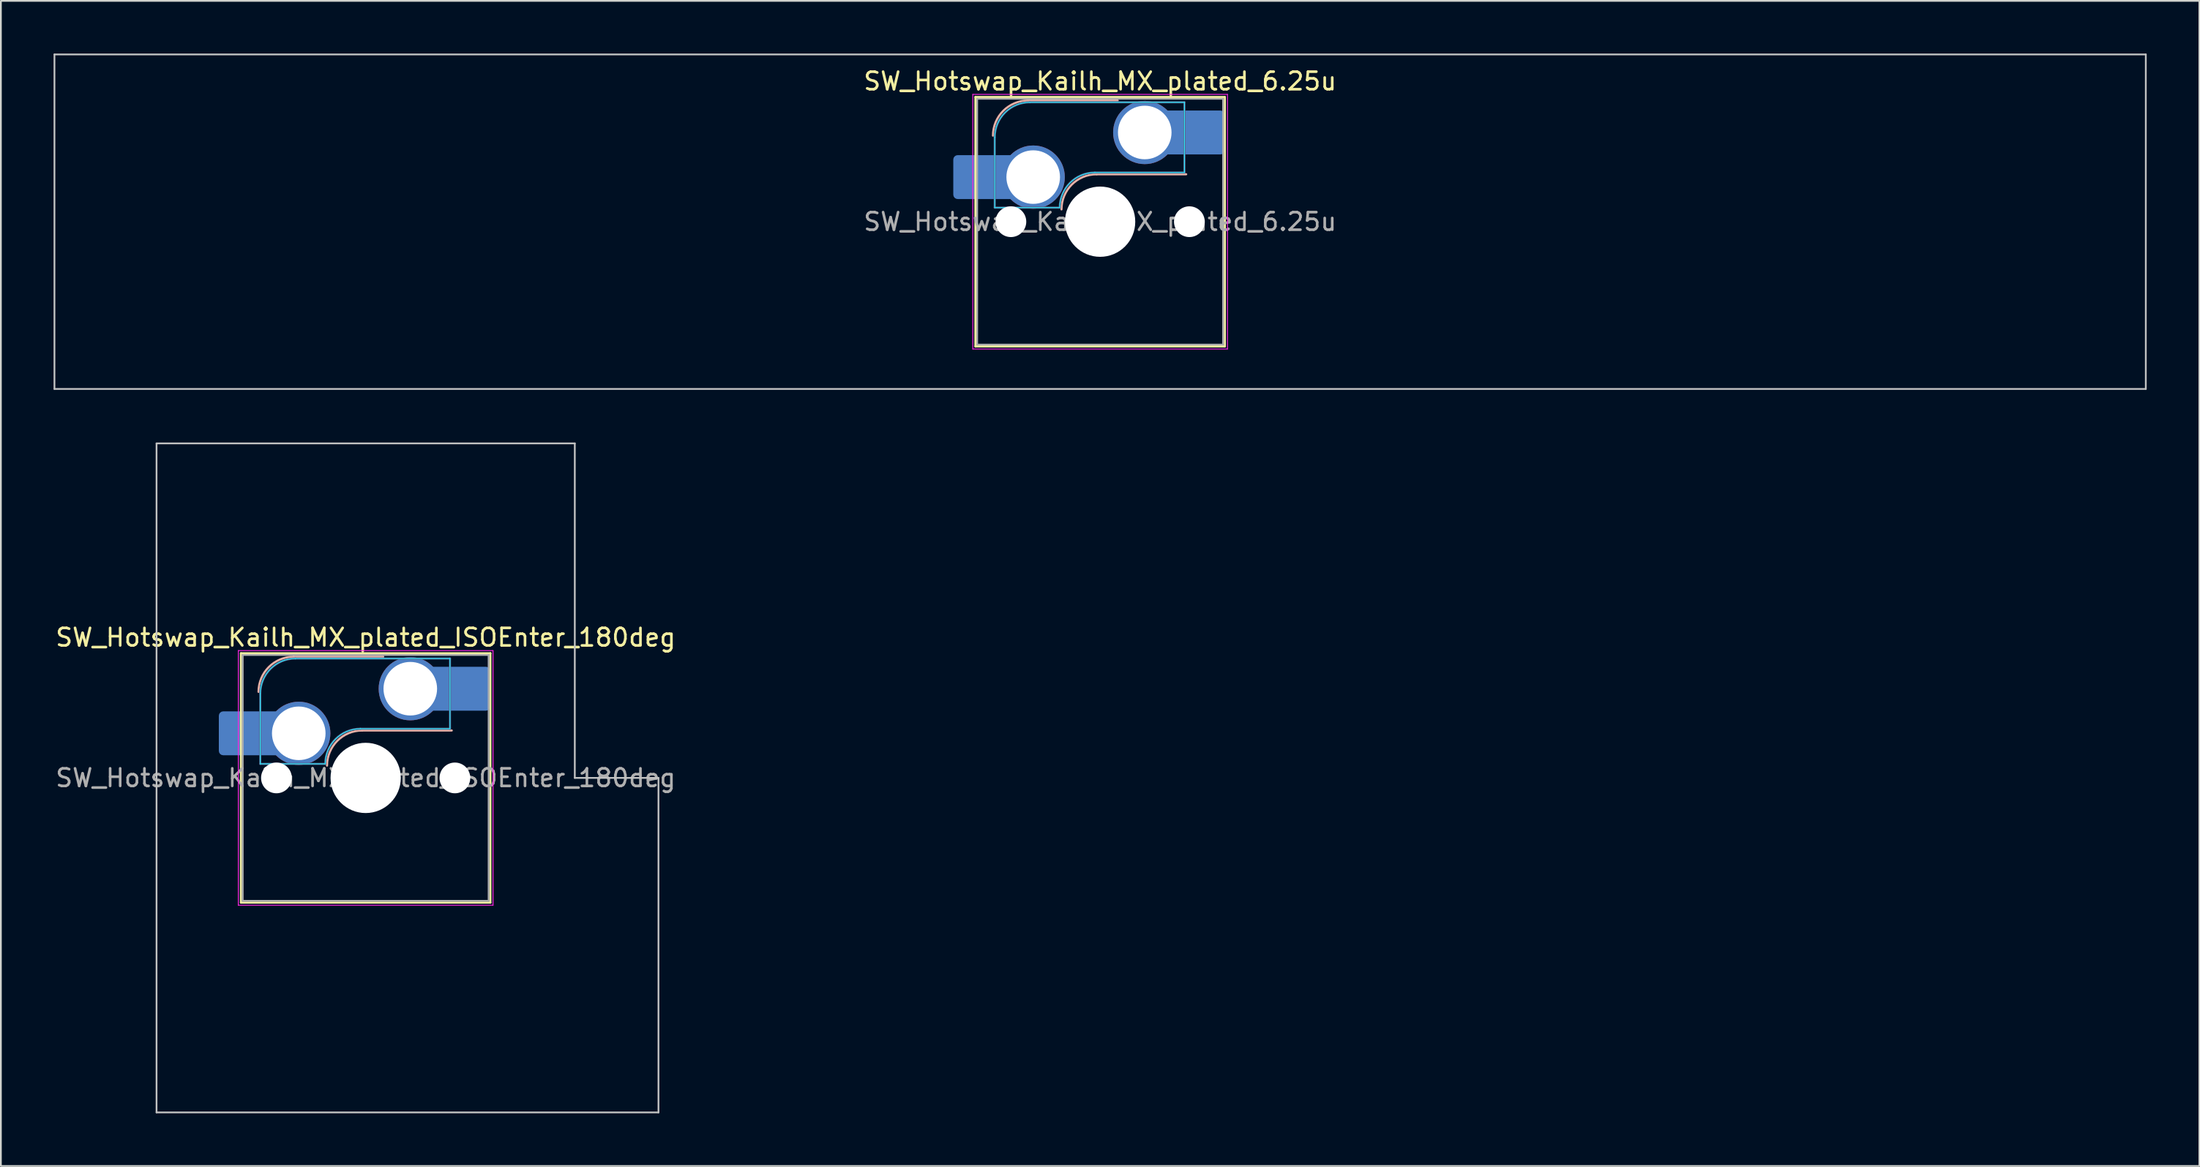
<source format=kicad_pcb>
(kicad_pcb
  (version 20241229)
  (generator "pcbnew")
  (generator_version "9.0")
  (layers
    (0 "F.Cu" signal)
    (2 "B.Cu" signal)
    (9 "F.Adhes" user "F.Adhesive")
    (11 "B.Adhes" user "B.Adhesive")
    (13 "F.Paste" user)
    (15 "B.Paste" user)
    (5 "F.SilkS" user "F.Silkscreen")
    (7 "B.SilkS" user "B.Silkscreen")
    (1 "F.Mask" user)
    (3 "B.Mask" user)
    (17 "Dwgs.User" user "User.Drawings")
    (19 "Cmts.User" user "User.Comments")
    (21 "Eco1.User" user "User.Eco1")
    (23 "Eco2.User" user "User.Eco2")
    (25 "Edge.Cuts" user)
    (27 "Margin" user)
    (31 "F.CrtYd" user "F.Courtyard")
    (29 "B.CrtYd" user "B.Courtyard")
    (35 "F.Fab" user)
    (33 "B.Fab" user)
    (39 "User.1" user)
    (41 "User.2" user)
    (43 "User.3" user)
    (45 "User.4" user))
  (footprint "SW_Hotswap_Kailh_MX_plated_ISOEnter_180deg"
    (layer "F.Cu")
    (at 17.768 41.25)
    (property "Reference" "SW_Hotswap_Kailh_MX_plated_ISOEnter_180deg" (at 0 -8 0) (layer "F.SilkS") (effects (font (size 1 1) (thickness 0.15))))
    (attr smd)
    (fp_line (start -7.1 -7.1) (end -7.1 7.1) (stroke (width 0.12) (type solid)) (layer "F.SilkS"))
    (fp_line (start -7.1 7.1) (end 7.1 7.1) (stroke (width 0.12) (type solid)) (layer "F.SilkS"))
    (fp_line (start 7.1 -7.1) (end -7.1 -7.1) (stroke (width 0.12) (type solid)) (layer "F.SilkS"))
    (fp_line (start 7.1 7.1) (end 7.1 -7.1) (stroke (width 0.12) (type solid)) (layer "F.SilkS"))
    (fp_line (start -4.1 -6.9) (end 1 -6.9) (stroke (width 0.12) (type solid)) (layer "B.SilkS"))
    (fp_line (start -0.2 -2.7) (end 4.9 -2.7) (stroke (width 0.12) (type solid)) (layer "B.SilkS"))
    (fp_arc (start -6.1 -4.9) (mid -5.514214 -6.314214) (end -4.1 -6.9) (stroke (width 0.12) (type solid)) (layer "B.SilkS"))
    (fp_arc (start -2.2 -0.7) (mid -1.614214 -2.114214) (end -0.2 -2.7) (stroke (width 0.12) (type solid)) (layer "B.SilkS"))
    (fp_line (start -11.906 -19.05) (end -11.906 19.05) (stroke (width 0.1) (type solid)) (layer "Dwgs.User"))
    (fp_line (start -11.906 19.05) (end 16.669 19.05) (stroke (width 0.1) (type solid)) (layer "Dwgs.User"))
    (fp_line (start 11.906 -19.05) (end -11.906 -19.05) (stroke (width 0.1) (type solid)) (layer "Dwgs.User"))
    (fp_line (start 11.906 0) (end 11.906 -19.05) (stroke (width 0.1) (type solid)) (layer "Dwgs.User"))
    (fp_line (start 16.669 0) (end 11.906 0) (stroke (width 0.1) (type solid)) (layer "Dwgs.User"))
    (fp_line (start 16.669 19.05) (end 16.669 0) (stroke (width 0.1) (type solid)) (layer "Dwgs.User"))
    (fp_line (start -7.8 -6) (end -7 -6) (stroke (width 0.1) (type solid)) (layer "Eco1.User"))
    (fp_line (start -7.8 -2.9) (end -7.8 -6) (stroke (width 0.1) (type solid)) (layer "Eco1.User"))
    (fp_line (start -7.8 2.9) (end -7 2.9) (stroke (width 0.1) (type solid)) (layer "Eco1.User"))
    (fp_line (start -7.8 6) (end -7.8 2.9) (stroke (width 0.1) (type solid)) (layer "Eco1.User"))
    (fp_line (start -7 -7) (end 7 -7) (stroke (width 0.1) (type solid)) (layer "Eco1.User"))
    (fp_line (start -7 -6) (end -7 -7) (stroke (width 0.1) (type solid)) (layer "Eco1.User"))
    (fp_line (start -7 -2.9) (end -7.8 -2.9) (stroke (width 0.1) (type solid)) (layer "Eco1.User"))
    (fp_line (start -7 2.9) (end -7 -2.9) (stroke (width 0.1) (type solid)) (layer "Eco1.User"))
    (fp_line (start -7 6) (end -7.8 6) (stroke (width 0.1) (type solid)) (layer "Eco1.User"))
    (fp_line (start -7 7) (end -7 6) (stroke (width 0.1) (type solid)) (layer "Eco1.User"))
    (fp_line (start 7 -7) (end 7 -6) (stroke (width 0.1) (type solid)) (layer "Eco1.User"))
    (fp_line (start 7 -6) (end 7.8 -6) (stroke (width 0.1) (type solid)) (layer "Eco1.User"))
    (fp_line (start 7 -2.9) (end 7 2.9) (stroke (width 0.1) (type solid)) (layer "Eco1.User"))
    (fp_line (start 7 2.9) (end 7.8 2.9) (stroke (width 0.1) (type solid)) (layer "Eco1.User"))
    (fp_line (start 7 6) (end 7 7) (stroke (width 0.1) (type solid)) (layer "Eco1.User"))
    (fp_line (start 7 7) (end -7 7) (stroke (width 0.1) (type solid)) (layer "Eco1.User"))
    (fp_line (start 7.8 -6) (end 7.8 -2.9) (stroke (width 0.1) (type solid)) (layer "Eco1.User"))
    (fp_line (start 7.8 -2.9) (end 7 -2.9) (stroke (width 0.1) (type solid)) (layer "Eco1.User"))
    (fp_line (start 7.8 2.9) (end 7.8 6) (stroke (width 0.1) (type solid)) (layer "Eco1.User"))
    (fp_line (start 7.8 6) (end 7 6) (stroke (width 0.1) (type solid)) (layer "Eco1.User"))
    (fp_line (start -6 -0.8) (end -6 -4.8) (stroke (width 0.05) (type solid)) (layer "B.CrtYd"))
    (fp_line (start -6 -0.8) (end -2.3 -0.8) (stroke (width 0.05) (type solid)) (layer "B.CrtYd"))
    (fp_line (start -4 -6.8) (end 4.8 -6.8) (stroke (width 0.05) (type solid)) (layer "B.CrtYd"))
    (fp_line (start -0.3 -2.8) (end 4.8 -2.8) (stroke (width 0.05) (type solid)) (layer "B.CrtYd"))
    (fp_line (start 4.8 -6.8) (end 4.8 -2.8) (stroke (width 0.05) (type solid)) (layer "B.CrtYd"))
    (fp_arc (start -6 -4.8) (mid -5.414214 -6.214214) (end -4 -6.8) (stroke (width 0.05) (type solid)) (layer "B.CrtYd"))
    (fp_arc (start -2.3 -0.8) (mid -1.714214 -2.214214) (end -0.3 -2.8) (stroke (width 0.05) (type solid)) (layer "B.CrtYd"))
    (fp_line (start -7.25 -7.25) (end -7.25 7.25) (stroke (width 0.05) (type solid)) (layer "F.CrtYd"))
    (fp_line (start -7.25 7.25) (end 7.25 7.25) (stroke (width 0.05) (type solid)) (layer "F.CrtYd"))
    (fp_line (start 7.25 -7.25) (end -7.25 -7.25) (stroke (width 0.05) (type solid)) (layer "F.CrtYd"))
    (fp_line (start 7.25 7.25) (end 7.25 -7.25) (stroke (width 0.05) (type solid)) (layer "F.CrtYd"))
    (fp_line (start -6 -0.8) (end -6 -4.8) (stroke (width 0.12) (type solid)) (layer "B.Fab"))
    (fp_line (start -6 -0.8) (end -2.3 -0.8) (stroke (width 0.12) (type solid)) (layer "B.Fab"))
    (fp_line (start -4 -6.8) (end 4.8 -6.8) (stroke (width 0.12) (type solid)) (layer "B.Fab"))
    (fp_line (start -0.3 -2.8) (end 4.8 -2.8) (stroke (width 0.12) (type solid)) (layer "B.Fab"))
    (fp_line (start 4.8 -6.8) (end 4.8 -2.8) (stroke (width 0.12) (type solid)) (layer "B.Fab"))
    (fp_arc (start -6 -4.8) (mid -5.414214 -6.214214) (end -4 -6.8) (stroke (width 0.12) (type solid)) (layer "B.Fab"))
    (fp_arc (start -2.3 -0.8) (mid -1.714214 -2.214214) (end -0.3 -2.8) (stroke (width 0.12) (type solid)) (layer "B.Fab"))
    (fp_line (start -7 -7) (end -7 7) (stroke (width 0.1) (type solid)) (layer "F.Fab"))
    (fp_line (start -7 7) (end 7 7) (stroke (width 0.1) (type solid)) (layer "F.Fab"))
    (fp_line (start 7 -7) (end -7 -7) (stroke (width 0.1) (type solid)) (layer "F.Fab"))
    (fp_line (start 7 7) (end 7 -7) (stroke (width 0.1) (type solid)) (layer "F.Fab"))
    (fp_text user "${REFERENCE}" (at 0 0 0) (layer "F.Fab") (effects (font (size 1 1) (thickness 0.15))))
    (pad "" smd roundrect (at -7.085 -2.54) (size 2.55 2.5) (layers "B.Mask" "B.Paste") (roundrect_rratio 0.1))
    (pad "" np_thru_hole circle (at -5.08 0) (size 1.75 1.75) (drill 1.75) (layers "*.Cu" "*.Mask"))
    (pad "" smd circle (at -3.81 -2.54) (size 3.1 3.1) (layers "F.Mask"))
    (pad "" np_thru_hole circle (at 0 0) (size 4 4) (drill 4) (layers "*.Cu" "*.Mask"))
    (pad "" smd circle (at 2.54 -5.08) (size 3.1 3.1) (layers "F.Mask"))
    (pad "" np_thru_hole circle (at 5.08 0) (size 1.75 1.75) (drill 1.75) (layers "*.Cu" "*.Mask"))
    (pad "" smd roundrect (at 5.842 -5.08) (size 2.55 2.5) (layers "B.Mask" "B.Paste") (roundrect_rratio 0.1))
    (pad "1" smd roundrect (at -6.585 -2.54) (size 3.55 2.5) (layers "B.Cu") (roundrect_rratio 0.1))
    (pad "1" thru_hole circle (at -3.81 -2.54) (size 3.6 3.6) (drill 3.05) (layers "*.Cu" "B.Mask"))
    (pad "2" thru_hole circle (at 2.54 -5.08) (size 3.6 3.6) (drill 3.05) (layers "*.Cu" "B.Mask"))
    (pad "2" smd roundrect (at 5.32 -5.08) (size 3.55 2.5) (layers "B.Cu") (roundrect_rratio 0.1)))
  (footprint "SW_Hotswap_Kailh_MX_plated_6.25u"
    (layer "F.Cu")
    (at 59.581 9.575)
    (property "Reference" "SW_Hotswap_Kailh_MX_plated_6.25u" (at 0 -8 0) (layer "F.SilkS") (effects (font (size 1 1) (thickness 0.15))))
    (attr smd)
    (fp_line (start -7.1 -7.1) (end -7.1 7.1) (stroke (width 0.12) (type solid)) (layer "F.SilkS"))
    (fp_line (start -7.1 7.1) (end 7.1 7.1) (stroke (width 0.12) (type solid)) (layer "F.SilkS"))
    (fp_line (start 7.1 -7.1) (end -7.1 -7.1) (stroke (width 0.12) (type solid)) (layer "F.SilkS"))
    (fp_line (start 7.1 7.1) (end 7.1 -7.1) (stroke (width 0.12) (type solid)) (layer "F.SilkS"))
    (fp_line (start -4.1 -6.9) (end 1 -6.9) (stroke (width 0.12) (type solid)) (layer "B.SilkS"))
    (fp_line (start -0.2 -2.7) (end 4.9 -2.7) (stroke (width 0.12) (type solid)) (layer "B.SilkS"))
    (fp_arc (start -6.1 -4.9) (mid -5.514214 -6.314214) (end -4.1 -6.9) (stroke (width 0.12) (type solid)) (layer "B.SilkS"))
    (fp_arc (start -2.2 -0.7) (mid -1.614214 -2.114214) (end -0.2 -2.7) (stroke (width 0.12) (type solid)) (layer "B.SilkS"))
    (fp_line (start -59.531 -9.525) (end -59.531 9.525) (stroke (width 0.1) (type solid)) (layer "Dwgs.User"))
    (fp_line (start -59.531 9.525) (end 59.531 9.525) (stroke (width 0.1) (type solid)) (layer "Dwgs.User"))
    (fp_line (start 59.531 -9.525) (end -59.531 -9.525) (stroke (width 0.1) (type solid)) (layer "Dwgs.User"))
    (fp_line (start 59.531 9.525) (end 59.531 -9.525) (stroke (width 0.1) (type solid)) (layer "Dwgs.User"))
    (fp_line (start -7.8 -6) (end -7 -6) (stroke (width 0.1) (type solid)) (layer "Eco1.User"))
    (fp_line (start -7.8 -2.9) (end -7.8 -6) (stroke (width 0.1) (type solid)) (layer "Eco1.User"))
    (fp_line (start -7.8 2.9) (end -7 2.9) (stroke (width 0.1) (type solid)) (layer "Eco1.User"))
    (fp_line (start -7.8 6) (end -7.8 2.9) (stroke (width 0.1) (type solid)) (layer "Eco1.User"))
    (fp_line (start -7 -7) (end 7 -7) (stroke (width 0.1) (type solid)) (layer "Eco1.User"))
    (fp_line (start -7 -6) (end -7 -7) (stroke (width 0.1) (type solid)) (layer "Eco1.User"))
    (fp_line (start -7 -2.9) (end -7.8 -2.9) (stroke (width 0.1) (type solid)) (layer "Eco1.User"))
    (fp_line (start -7 2.9) (end -7 -2.9) (stroke (width 0.1) (type solid)) (layer "Eco1.User"))
    (fp_line (start -7 6) (end -7.8 6) (stroke (width 0.1) (type solid)) (layer "Eco1.User"))
    (fp_line (start -7 7) (end -7 6) (stroke (width 0.1) (type solid)) (layer "Eco1.User"))
    (fp_line (start 7 -7) (end 7 -6) (stroke (width 0.1) (type solid)) (layer "Eco1.User"))
    (fp_line (start 7 -6) (end 7.8 -6) (stroke (width 0.1) (type solid)) (layer "Eco1.User"))
    (fp_line (start 7 -2.9) (end 7 2.9) (stroke (width 0.1) (type solid)) (layer "Eco1.User"))
    (fp_line (start 7 2.9) (end 7.8 2.9) (stroke (width 0.1) (type solid)) (layer "Eco1.User"))
    (fp_line (start 7 6) (end 7 7) (stroke (width 0.1) (type solid)) (layer "Eco1.User"))
    (fp_line (start 7 7) (end -7 7) (stroke (width 0.1) (type solid)) (layer "Eco1.User"))
    (fp_line (start 7.8 -6) (end 7.8 -2.9) (stroke (width 0.1) (type solid)) (layer "Eco1.User"))
    (fp_line (start 7.8 -2.9) (end 7 -2.9) (stroke (width 0.1) (type solid)) (layer "Eco1.User"))
    (fp_line (start 7.8 2.9) (end 7.8 6) (stroke (width 0.1) (type solid)) (layer "Eco1.User"))
    (fp_line (start 7.8 6) (end 7 6) (stroke (width 0.1) (type solid)) (layer "Eco1.User"))
    (fp_line (start -6 -0.8) (end -6 -4.8) (stroke (width 0.05) (type solid)) (layer "B.CrtYd"))
    (fp_line (start -6 -0.8) (end -2.3 -0.8) (stroke (width 0.05) (type solid)) (layer "B.CrtYd"))
    (fp_line (start -4 -6.8) (end 4.8 -6.8) (stroke (width 0.05) (type solid)) (layer "B.CrtYd"))
    (fp_line (start -0.3 -2.8) (end 4.8 -2.8) (stroke (width 0.05) (type solid)) (layer "B.CrtYd"))
    (fp_line (start 4.8 -6.8) (end 4.8 -2.8) (stroke (width 0.05) (type solid)) (layer "B.CrtYd"))
    (fp_arc (start -6 -4.8) (mid -5.414214 -6.214214) (end -4 -6.8) (stroke (width 0.05) (type solid)) (layer "B.CrtYd"))
    (fp_arc (start -2.3 -0.8) (mid -1.714214 -2.214214) (end -0.3 -2.8) (stroke (width 0.05) (type solid)) (layer "B.CrtYd"))
    (fp_line (start -7.25 -7.25) (end -7.25 7.25) (stroke (width 0.05) (type solid)) (layer "F.CrtYd"))
    (fp_line (start -7.25 7.25) (end 7.25 7.25) (stroke (width 0.05) (type solid)) (layer "F.CrtYd"))
    (fp_line (start 7.25 -7.25) (end -7.25 -7.25) (stroke (width 0.05) (type solid)) (layer "F.CrtYd"))
    (fp_line (start 7.25 7.25) (end 7.25 -7.25) (stroke (width 0.05) (type solid)) (layer "F.CrtYd"))
    (fp_line (start -6 -0.8) (end -6 -4.8) (stroke (width 0.12) (type solid)) (layer "B.Fab"))
    (fp_line (start -6 -0.8) (end -2.3 -0.8) (stroke (width 0.12) (type solid)) (layer "B.Fab"))
    (fp_line (start -4 -6.8) (end 4.8 -6.8) (stroke (width 0.12) (type solid)) (layer "B.Fab"))
    (fp_line (start -0.3 -2.8) (end 4.8 -2.8) (stroke (width 0.12) (type solid)) (layer "B.Fab"))
    (fp_line (start 4.8 -6.8) (end 4.8 -2.8) (stroke (width 0.12) (type solid)) (layer "B.Fab"))
    (fp_arc (start -6 -4.8) (mid -5.414214 -6.214214) (end -4 -6.8) (stroke (width 0.12) (type solid)) (layer "B.Fab"))
    (fp_arc (start -2.3 -0.8) (mid -1.714214 -2.214214) (end -0.3 -2.8) (stroke (width 0.12) (type solid)) (layer "B.Fab"))
    (fp_line (start -7 -7) (end -7 7) (stroke (width 0.1) (type solid)) (layer "F.Fab"))
    (fp_line (start -7 7) (end 7 7) (stroke (width 0.1) (type solid)) (layer "F.Fab"))
    (fp_line (start 7 -7) (end -7 -7) (stroke (width 0.1) (type solid)) (layer "F.Fab"))
    (fp_line (start 7 7) (end 7 -7) (stroke (width 0.1) (type solid)) (layer "F.Fab"))
    (fp_text user "${REFERENCE}" (at 0 0 0) (layer "F.Fab") (effects (font (size 1 1) (thickness 0.15))))
    (pad "" smd roundrect (at -7.085 -2.54) (size 2.55 2.5) (layers "B.Mask" "B.Paste") (roundrect_rratio 0.1))
    (pad "" np_thru_hole circle (at -5.08 0) (size 1.75 1.75) (drill 1.75) (layers "*.Cu" "*.Mask"))
    (pad "" smd circle (at -3.81 -2.54) (size 3.1 3.1) (layers "F.Mask"))
    (pad "" np_thru_hole circle (at 0 0) (size 4 4) (drill 4) (layers "*.Cu" "*.Mask"))
    (pad "" smd circle (at 2.54 -5.08) (size 3.1 3.1) (layers "F.Mask"))
    (pad "" np_thru_hole circle (at 5.08 0) (size 1.75 1.75) (drill 1.75) (layers "*.Cu" "*.Mask"))
    (pad "" smd roundrect (at 5.842 -5.08) (size 2.55 2.5) (layers "B.Mask" "B.Paste") (roundrect_rratio 0.1))
    (pad "1" smd roundrect (at -6.585 -2.54) (size 3.55 2.5) (layers "B.Cu") (roundrect_rratio 0.1))
    (pad "1" thru_hole circle (at -3.81 -2.54) (size 3.6 3.6) (drill 3.05) (layers "*.Cu" "B.Mask"))
    (pad "2" thru_hole circle (at 2.54 -5.08) (size 3.6 3.6) (drill 3.05) (layers "*.Cu" "B.Mask"))
    (pad "2" smd roundrect (at 5.32 -5.08) (size 3.55 2.5) (layers "B.Cu") (roundrect_rratio 0.1)))
  (gr_rect
    (start -3 -3)
    (end 122.162 63.35)
    (stroke (width 0.1) (type default))
    (fill no)
    (layer "Edge.Cuts")))
</source>
